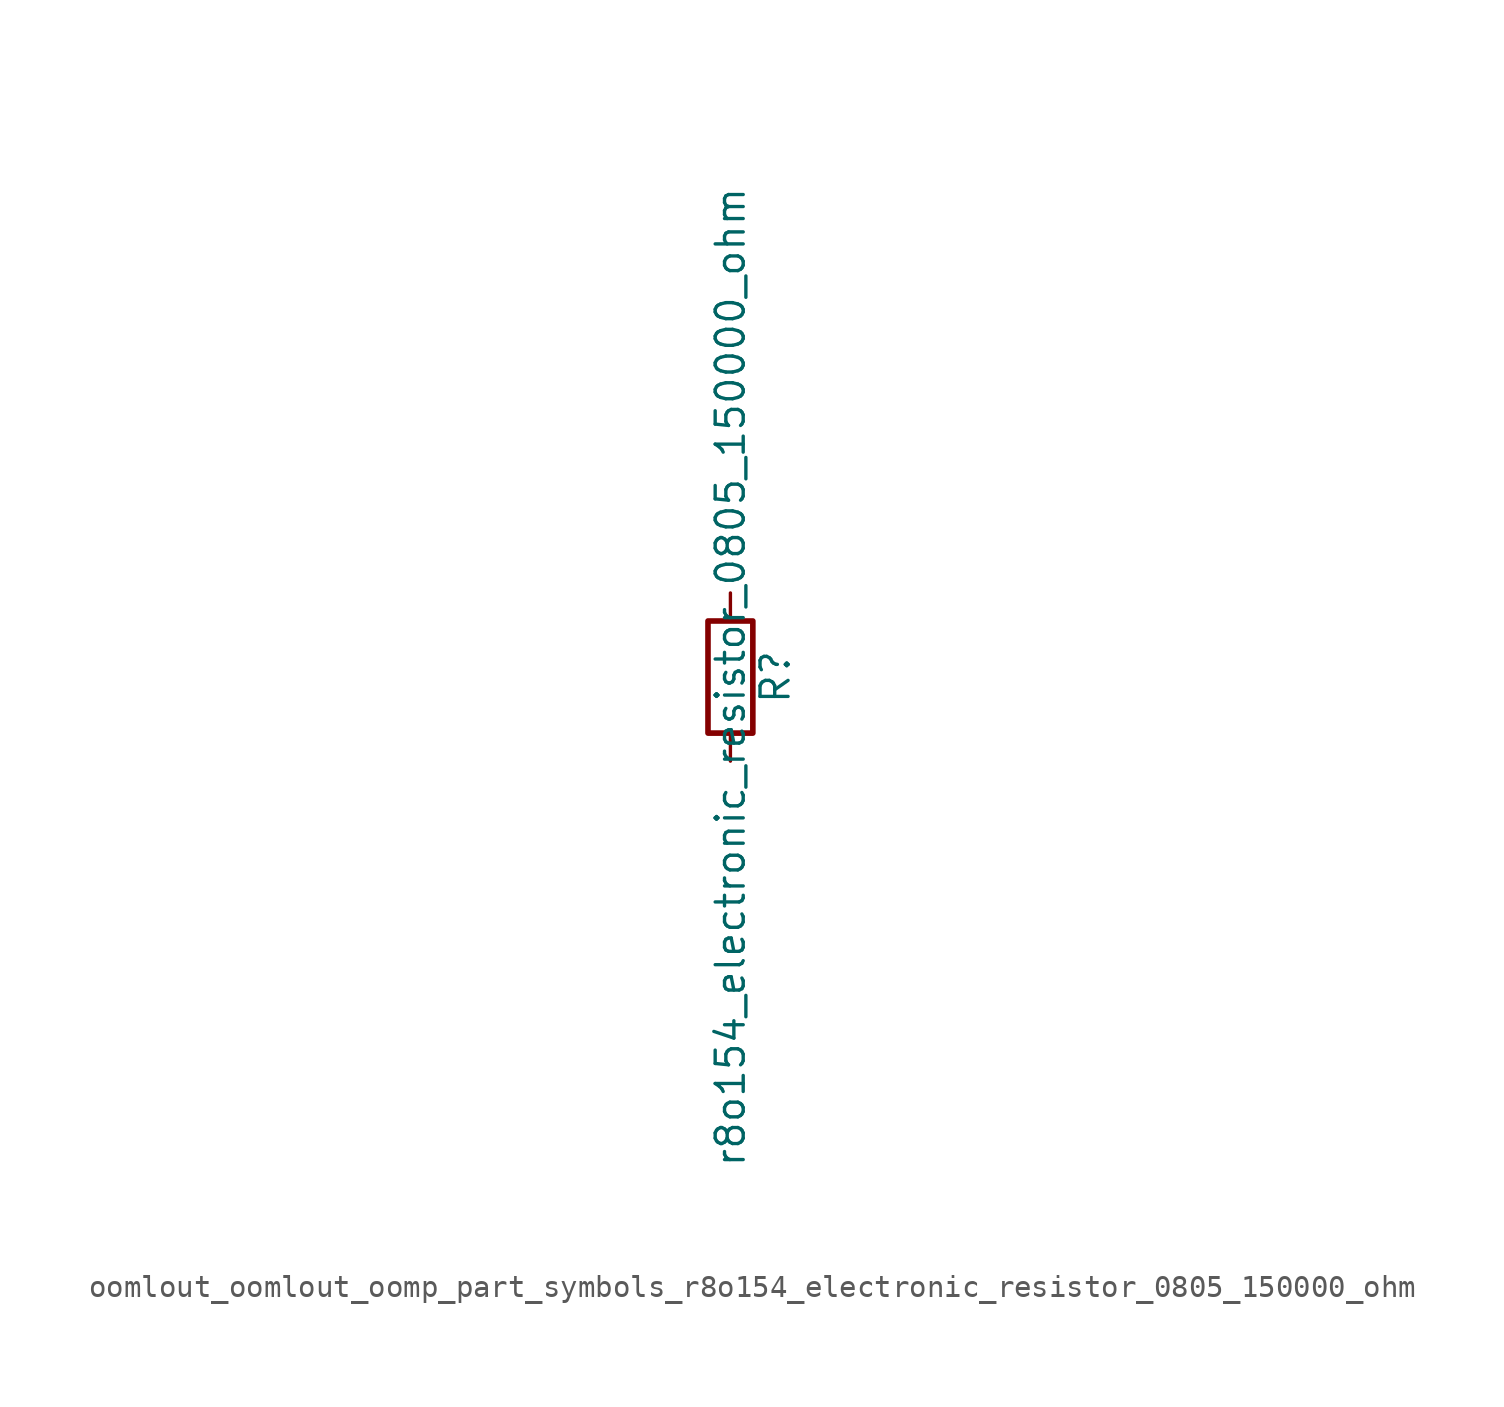
<source format=kicad_sym>
(kicad_symbol_lib
  (version 20220914)
  (generator kicad_symbol_editor)
  (symbol "oomlout_oomlout_oomp_part_symbols_r8o154_electronic_resistor_0805_150000_ohm"
    (pin_numbers hide)
    (pin_names
      (offset 0))
    (property "Reference" "R"
      (at 2.032 0 90)
      (effects (font (size 1.27 1.27))))
    (property "Value" "r8o154_electronic_resistor_0805_150000_ohm"
      (at 0 0 90)
      (effects (font (size 1.27 1.27))))
    (symbol "oomlout_oomlout_oomp_part_symbols_r8o154_electronic_resistor_0805_150000_ohm_0_1"
      (rectangle (start -1.016 -2.54) (end 1.016 2.54) (stroke (width 0.254) (type default)) (fill (type none))))
    (symbol "oomlout_oomlout_oomp_part_symbols_r8o154_electronic_resistor_0805_150000_ohm_1_1"
      (pin passive line (at 0 3.81 270) (length 1.27) (name "~" (effects (font (size 1.27 1.27)))) (number "1" (effects (font (size 1.27 1.27)))))
      (pin passive line (at 0 -3.81 90) (length 1.27) (name "~" (effects (font (size 1.27 1.27)))) (number "2" (effects (font (size 1.27 1.27))))))))
</source>
